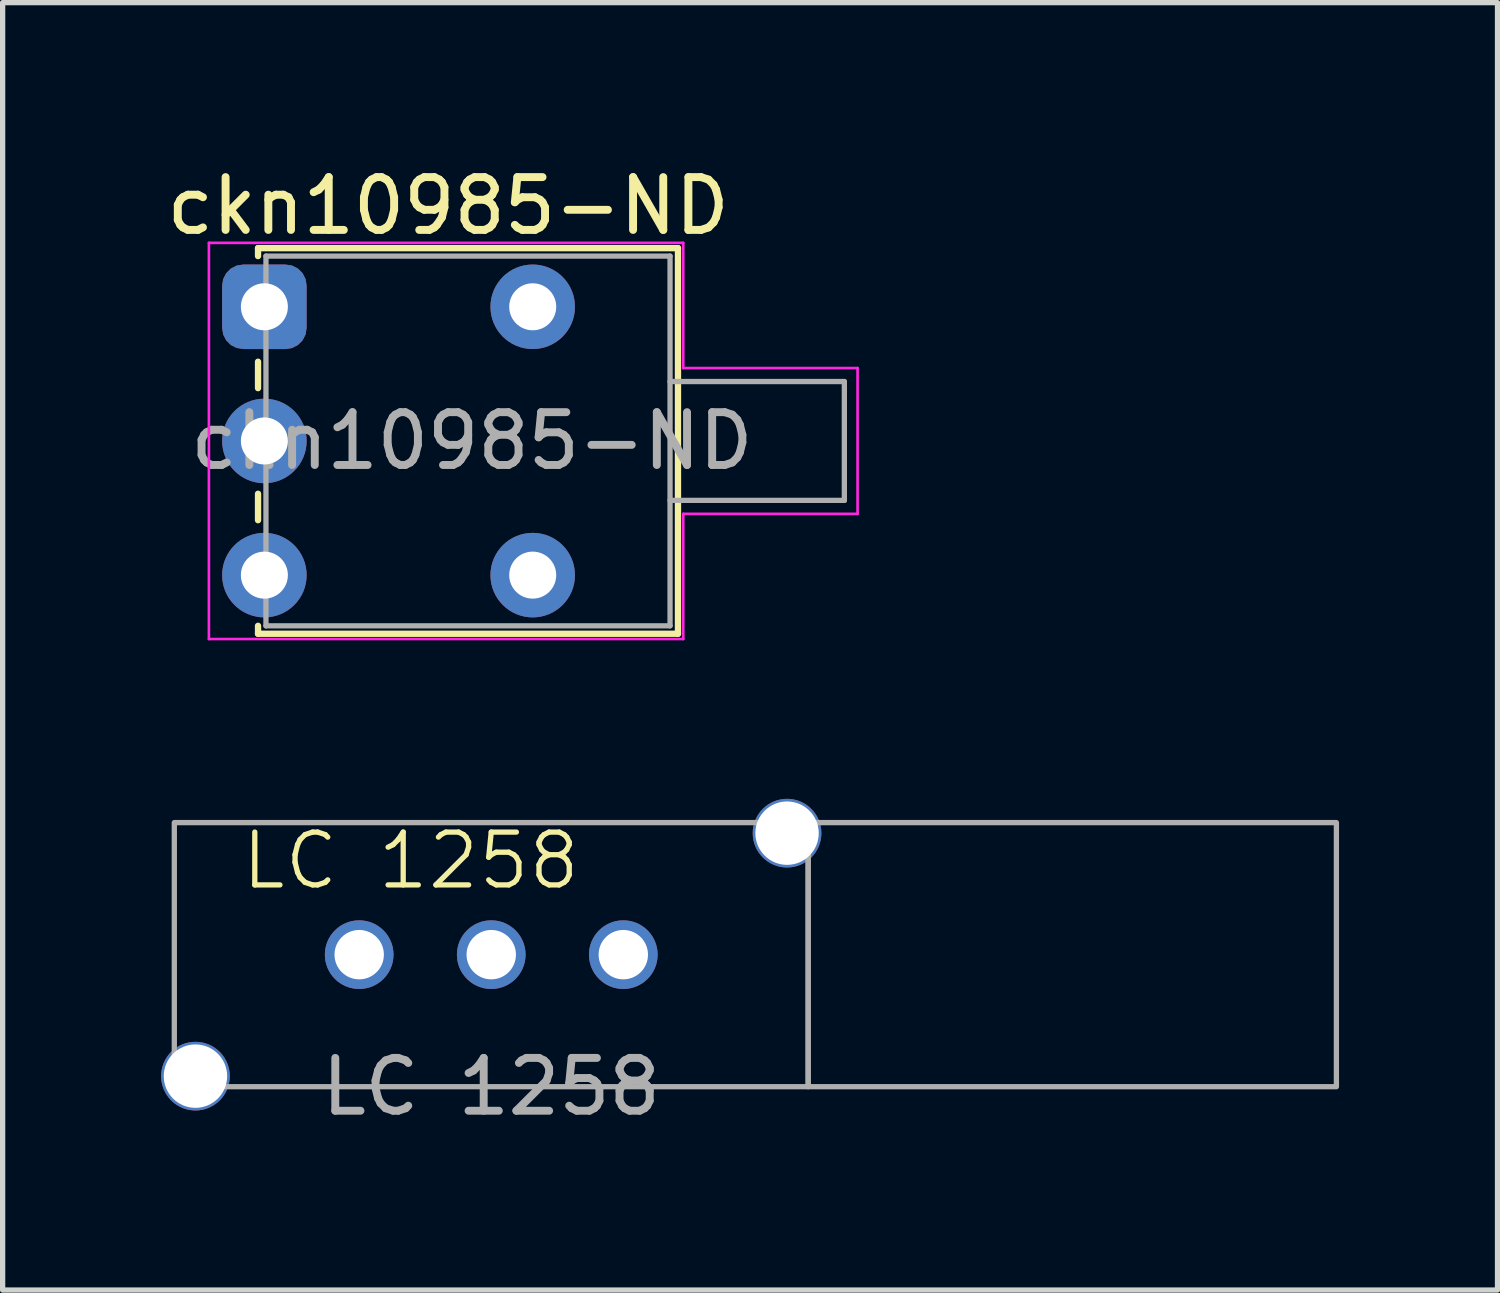
<source format=kicad_pcb>
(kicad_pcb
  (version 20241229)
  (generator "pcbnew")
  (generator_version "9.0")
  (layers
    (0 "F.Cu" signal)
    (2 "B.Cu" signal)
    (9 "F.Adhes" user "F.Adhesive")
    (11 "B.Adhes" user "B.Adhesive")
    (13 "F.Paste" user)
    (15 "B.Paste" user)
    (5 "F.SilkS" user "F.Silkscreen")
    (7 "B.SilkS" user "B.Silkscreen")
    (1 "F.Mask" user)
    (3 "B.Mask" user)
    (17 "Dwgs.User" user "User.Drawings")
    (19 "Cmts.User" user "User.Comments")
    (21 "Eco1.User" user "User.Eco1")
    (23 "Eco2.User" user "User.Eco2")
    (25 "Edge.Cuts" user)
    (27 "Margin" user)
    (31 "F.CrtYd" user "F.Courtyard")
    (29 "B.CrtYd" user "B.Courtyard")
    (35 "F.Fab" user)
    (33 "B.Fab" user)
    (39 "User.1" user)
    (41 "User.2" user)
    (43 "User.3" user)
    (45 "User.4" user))
  (footprint "LC 1258"
    (layer "F.Cu")
    (at 6.25 15.023)
    (property "Reference" "LC 1258" (at -1.524 -1.778 0) (unlocked yes) (layer "F.SilkS") (effects (font (size 1 1) (thickness 0.1))))
    (attr through_hole)
    (fp_rect (start -6 -2.5) (end 6 2.5) (stroke (width 0.1) (type solid)) (fill no) (layer "F.Fab"))
    (fp_rect (start 6 -2.5) (end 16 2.5) (stroke (width 0.1) (type solid)) (fill no) (layer "F.Fab"))
    (fp_text user "${REFERENCE}" (at 0 2.5 0) (unlocked yes) (layer "F.Fab") (effects (font (size 1 1) (thickness 0.15))))
    (pad "" np_thru_hole circle (at -5.6 2.3) (size 1.3 1.3) (drill 1.2) (layers "*.Cu" "*.Mask"))
    (pad "" np_thru_hole circle (at 5.6 -2.3) (size 1.3 1.3) (drill 1.2) (layers "*.Cu" "*.Mask"))
    (pad "1" thru_hole circle (at 0 0) (size 1.3 1.3) (drill 0.935) (layers "*.Cu" "*.Mask"))
    (pad "2" thru_hole circle (at 2.5 0) (size 1.3 1.3) (drill 0.935) (layers "*.Cu" "*.Mask"))
    (pad "3" thru_hole circle (at -2.5 0) (size 1.3 1.3) (drill 0.935) (layers "*.Cu" "*.Mask")))
  (footprint "ckn10985-ND"
    (layer "F.Cu")
    (at 1.955 2.758)
    (property "Reference" "ckn10985-ND" (at 3.48 -1.91 180) (layer "F.SilkS") (effects (font (size 1 1) (thickness 0.15))))
    (attr through_hole)
    (fp_line (start -0.12 -1.11) (end -0.12 -0.96) (stroke (width 0.12) (type solid)) (layer "F.SilkS"))
    (fp_line (start -0.12 1.54) (end -0.12 1.04) (stroke (width 0.12) (type solid)) (layer "F.SilkS"))
    (fp_line (start -0.12 4.04) (end -0.12 3.54) (stroke (width 0.12) (type solid)) (layer "F.SilkS"))
    (fp_line (start -0.12 6.19) (end -0.12 6.04) (stroke (width 0.12) (type solid)) (layer "F.SilkS"))
    (fp_line (start -0.12 6.19) (end 7.83 6.19) (stroke (width 0.12) (type solid)) (layer "F.SilkS"))
    (fp_line (start 7.83 -1.11) (end -0.12 -1.11) (stroke (width 0.12) (type solid)) (layer "F.SilkS"))
    (fp_line (start 7.83 6.19) (end 7.83 -1.11) (stroke (width 0.12) (type solid)) (layer "F.SilkS"))
    (fp_line (start -1.05 -1.21) (end 7.93 -1.21) (stroke (width 0.05) (type solid)) (layer "F.CrtYd"))
    (fp_line (start -1.05 6.29) (end -1.05 -1.21) (stroke (width 0.05) (type solid)) (layer "F.CrtYd"))
    (fp_line (start 7.93 -1.21) (end 7.93 1.16) (stroke (width 0.05) (type solid)) (layer "F.CrtYd"))
    (fp_line (start 7.93 1.16) (end 11.23 1.16) (stroke (width 0.05) (type solid)) (layer "F.CrtYd"))
    (fp_line (start 7.93 3.92) (end 7.93 6.29) (stroke (width 0.05) (type solid)) (layer "F.CrtYd"))
    (fp_line (start 7.93 6.29) (end -1.05 6.29) (stroke (width 0.05) (type solid)) (layer "F.CrtYd"))
    (fp_line (start 11.23 1.16) (end 11.23 3.92) (stroke (width 0.05) (type solid)) (layer "F.CrtYd"))
    (fp_line (start 11.23 3.92) (end 7.93 3.92) (stroke (width 0.05) (type solid)) (layer "F.CrtYd"))
    (fp_line (start 0.03 -0.96) (end 7.68 -0.96) (stroke (width 0.1) (type solid)) (layer "F.Fab"))
    (fp_line (start 0.03 6.04) (end 0.03 -0.96) (stroke (width 0.1) (type solid)) (layer "F.Fab"))
    (fp_line (start 7.68 -0.96) (end 7.68 6.04) (stroke (width 0.1) (type solid)) (layer "F.Fab"))
    (fp_line (start 7.68 6.04) (end 0.03 6.04) (stroke (width 0.1) (type solid)) (layer "F.Fab"))
    (fp_line (start 10.98 1.415) (end 7.68 1.415) (stroke (width 0.1) (type solid)) (layer "F.Fab"))
    (fp_line (start 10.98 3.665) (end 7.68 3.665) (stroke (width 0.1) (type solid)) (layer "F.Fab"))
    (fp_line (start 10.98 3.665) (end 10.98 1.415) (stroke (width 0.1) (type solid)) (layer "F.Fab"))
    (fp_text user "${REFERENCE}" (at 3.93 2.54 180) (layer "F.Fab") (effects (font (size 1 1) (thickness 0.15))))
    (pad "" thru_hole circle (at 5.08 0 180) (size 1.6 1.6) (drill 0.89) (layers "*.Cu" "*.Mask"))
    (pad "" thru_hole circle (at 5.08 5.08 180) (size 1.6 1.6) (drill 0.89) (layers "*.Cu" "*.Mask"))
    (pad "1" thru_hole roundrect (at 0 0 180) (size 1.6 1.6) (drill 0.89) (layers "*.Cu" "*.Mask") (roundrect_rratio 0.25))
    (pad "2" thru_hole circle (at 0 2.54 180) (size 1.6 1.6) (drill 0.89) (layers "*.Cu" "*.Mask"))
    (pad "3" thru_hole circle (at 0 5.08 180) (size 1.6 1.6) (drill 0.89) (layers "*.Cu" "*.Mask")))
  (gr_rect
    (start -3 -3)
    (end 25.3 21.372)
    (stroke (width 0.1) (type default))
    (fill no)
    (layer "Edge.Cuts")))
</source>
